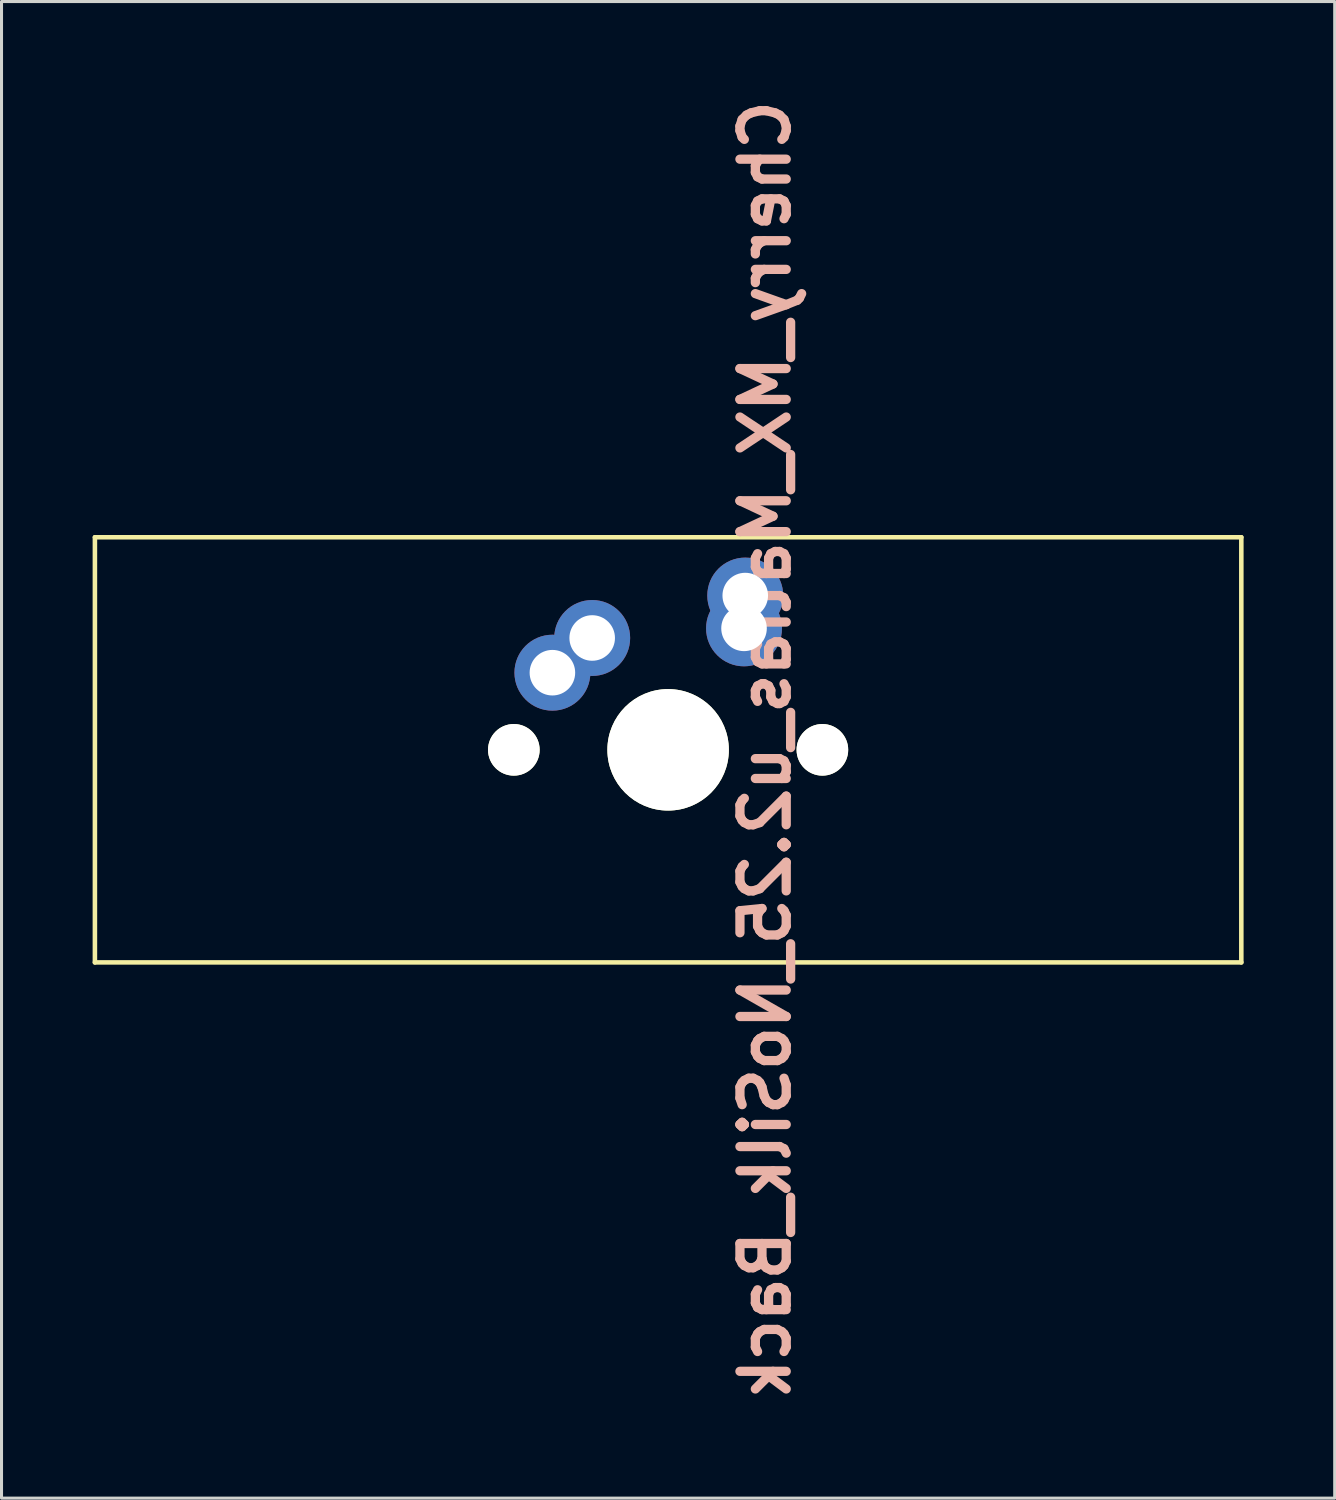
<source format=kicad_pcb>
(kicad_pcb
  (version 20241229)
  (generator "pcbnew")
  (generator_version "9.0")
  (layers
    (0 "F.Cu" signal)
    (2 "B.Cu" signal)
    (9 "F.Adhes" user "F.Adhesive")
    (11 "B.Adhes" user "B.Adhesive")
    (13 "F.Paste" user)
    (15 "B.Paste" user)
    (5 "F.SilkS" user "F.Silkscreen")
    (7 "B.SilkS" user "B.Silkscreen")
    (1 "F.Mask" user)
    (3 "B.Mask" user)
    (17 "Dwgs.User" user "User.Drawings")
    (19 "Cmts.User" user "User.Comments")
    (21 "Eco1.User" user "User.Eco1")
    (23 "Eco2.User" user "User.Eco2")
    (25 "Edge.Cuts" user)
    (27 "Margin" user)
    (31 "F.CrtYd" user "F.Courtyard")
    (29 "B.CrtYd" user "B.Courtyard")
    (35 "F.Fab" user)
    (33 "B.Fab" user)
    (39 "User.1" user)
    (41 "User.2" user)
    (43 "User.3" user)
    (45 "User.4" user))
  (footprint "Cherry_MX_Matias_u2.25_NoSilk_Back"
    (layer "F.Cu")
    (at 18.95 21.641)
    (property "Reference" "Cherry_MX_Matias_u2.25_NoSilk_Back" (at 3.2 0 90) (layer "B.SilkS") (effects (font (size 1.524 1.524) (thickness 0.305)) (justify mirror)))
    (attr through_hole)
    (fp_line (start -18.875 -7) (end 18.875 -7) (stroke (width 0.15) (type solid)) (layer "F.SilkS"))
    (fp_line (start -18.875 7) (end -18.875 -7) (stroke (width 0.15) (type solid)) (layer "F.SilkS"))
    (fp_line (start -18.875 7) (end 18.875 7) (stroke (width 0.15) (type solid)) (layer "F.SilkS"))
    (fp_line (start 18.875 -7) (end 18.875 7) (stroke (width 0.15) (type solid)) (layer "F.SilkS"))
    (pad "" np_thru_hole circle (at -5.08 0) (size 1.7 1.7) (drill 1.7) (layers "*.Cu" "*.Mask" "F.SilkS"))
    (pad "" np_thru_hole circle (at 0 0) (size 4 4) (drill 4) (layers "*.Cu" "*.Mask" "F.SilkS"))
    (pad "" np_thru_hole circle (at 5.08 0) (size 1.7 1.7) (drill 1.7) (layers "*.Cu" "*.Mask" "F.SilkS"))
    (pad "1" thru_hole circle (at -3.81 -2.54) (size 2.5 2.5) (drill 1.5) (layers "*.Cu" "*.Mask"))
    (pad "1" thru_hole circle (at -2.5 -3.683) (size 2.5 2.5) (drill 1.5) (layers "*.Cu" "*.Mask"))
    (pad "2" thru_hole circle (at 2.5 -4) (size 2.5 2.5) (drill 1.5) (layers "*.Cu" "*.Mask"))
    (pad "2" thru_hole circle (at 2.54 -5.08) (size 2.5 2.5) (drill 1.5) (layers "*.Cu" "*.Mask")))
  (gr_rect
    (start -3 -3)
    (end 40.9 46.282)
    (stroke (width 0.1) (type default))
    (fill no)
    (layer "Edge.Cuts")))
</source>
